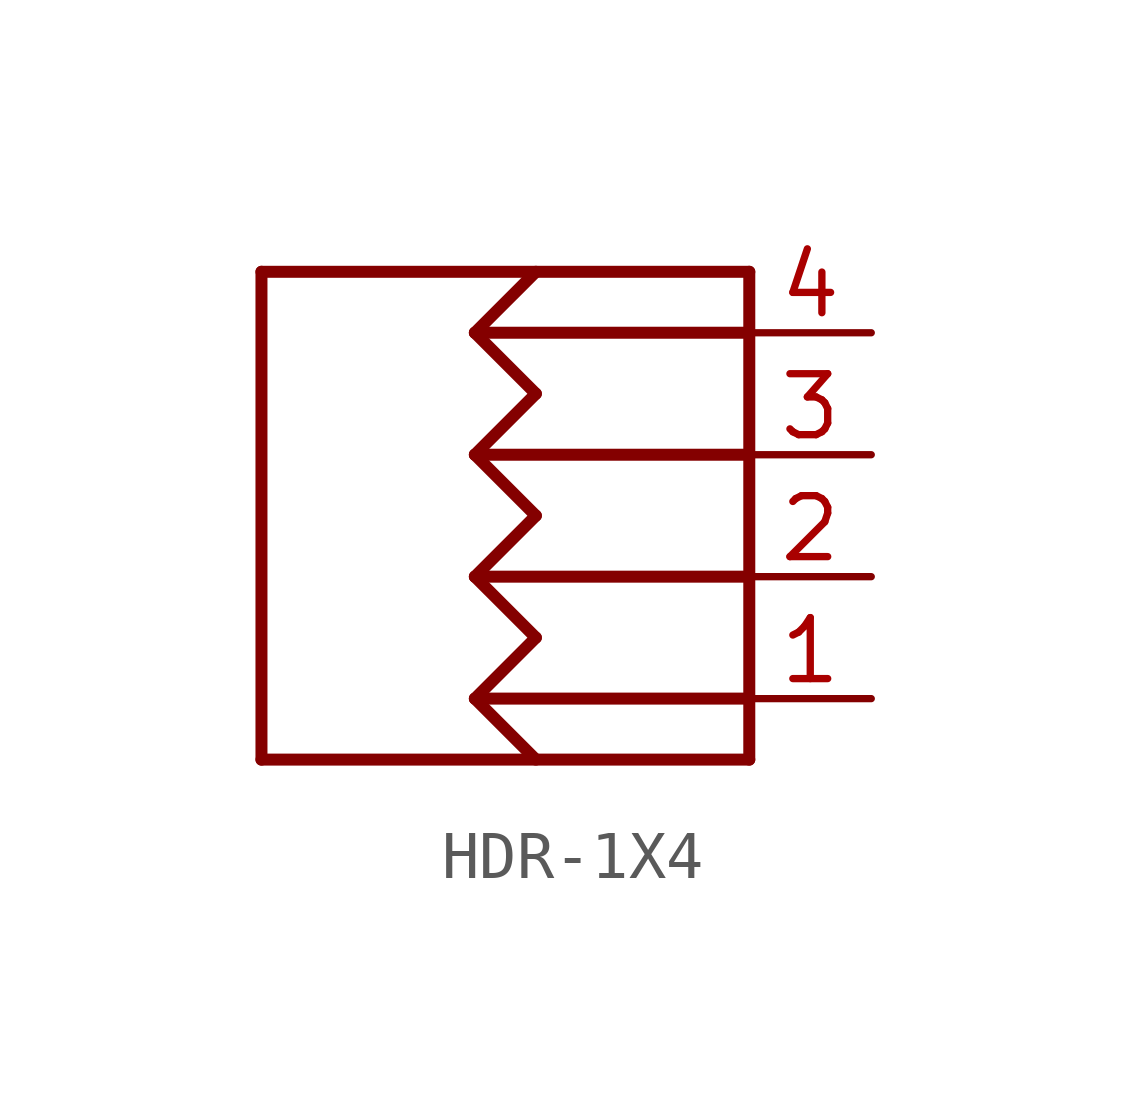
<source format=kicad_sym>
(kicad_symbol_lib
  (version 20231120)
  (generator "kicad_symbol_editor")
  (generator_version "8.0")
  (symbol "HDR-1X4"
    (property "Reference" "OLED"
      (at 0 0 0)
      (effects (font (size 1.27 1.27)) (hide yes)))
    (property "ki_locked" ""
      (at 0 0 0)
      (effects (font (size 1.27 1.27))))
    (symbol "HDR-1X4_1_0"
      (polyline (pts (xy -5.08 -5.08) (xy -5.08 5.08)) (stroke (width 0.25) (type solid)) (fill (type none)))
      (polyline (pts (xy -5.08 5.08) (xy 5.08 5.08)) (stroke (width 0.25) (type solid)) (fill (type none)))
      (polyline (pts (xy -0.635 -3.81) (xy 0.635 -5.08)) (stroke (width 0.25) (type solid)) (fill (type none)))
      (polyline (pts (xy -0.635 -3.81) (xy 0.635 -2.54)) (stroke (width 0.25) (type solid)) (fill (type none)))
      (polyline (pts (xy -0.635 -3.81) (xy 5.08 -3.81)) (stroke (width 0.25) (type solid)) (fill (type none)))
      (polyline (pts (xy -0.635 -1.27) (xy 0.635 -2.54)) (stroke (width 0.25) (type solid)) (fill (type none)))
      (polyline (pts (xy -0.635 -1.27) (xy 0.635 0)) (stroke (width 0.25) (type solid)) (fill (type none)))
      (polyline (pts (xy -0.635 -1.27) (xy 5.08 -1.27)) (stroke (width 0.25) (type solid)) (fill (type none)))
      (polyline (pts (xy -0.635 1.27) (xy 0.635 0)) (stroke (width 0.25) (type solid)) (fill (type none)))
      (polyline (pts (xy -0.635 1.27) (xy 0.635 2.54)) (stroke (width 0.25) (type solid)) (fill (type none)))
      (polyline (pts (xy -0.635 1.27) (xy 5.08 1.27)) (stroke (width 0.25) (type solid)) (fill (type none)))
      (polyline (pts (xy -0.635 3.81) (xy 0.635 2.54)) (stroke (width 0.25) (type solid)) (fill (type none)))
      (polyline (pts (xy -0.635 3.81) (xy 0.635 5.08)) (stroke (width 0.25) (type solid)) (fill (type none)))
      (polyline (pts (xy -0.635 3.81) (xy 5.08 3.81)) (stroke (width 0.25) (type solid)) (fill (type none)))
      (polyline (pts (xy 5.08 -5.08) (xy -5.08 -5.08)) (stroke (width 0.25) (type solid)) (fill (type none)))
      (polyline (pts (xy 5.08 5.08) (xy 5.08 -5.08)) (stroke (width 0.25) (type solid)) (fill (type none)))
      (pin passive line (at 7.62 -3.81 180) (length 2.54) (name "P1" (effects (font (size 0 0)))) (number "1" (effects (font (size 1.27 1.27)))))
      (pin passive line (at 7.62 -1.27 180) (length 2.54) (name "P2" (effects (font (size 0 0)))) (number "2" (effects (font (size 1.27 1.27)))))
      (pin passive line (at 7.62 1.27 180) (length 2.54) (name "P3" (effects (font (size 0 0)))) (number "3" (effects (font (size 1.27 1.27)))))
      (pin passive line (at 7.62 3.81 180) (length 2.54) (name "P4" (effects (font (size 0 0)))) (number "4" (effects (font (size 1.27 1.27))))))))
</source>
